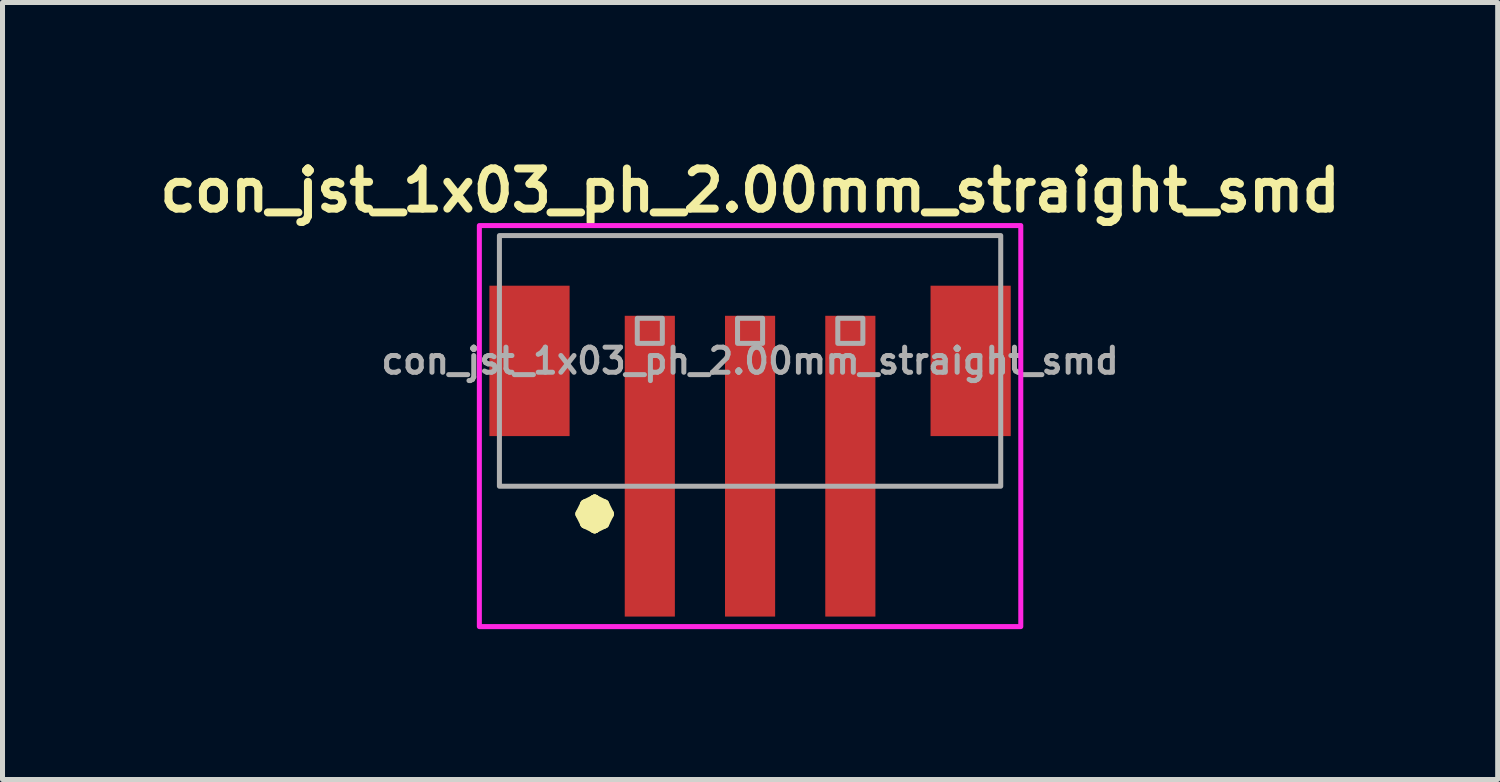
<source format=kicad_pcb>
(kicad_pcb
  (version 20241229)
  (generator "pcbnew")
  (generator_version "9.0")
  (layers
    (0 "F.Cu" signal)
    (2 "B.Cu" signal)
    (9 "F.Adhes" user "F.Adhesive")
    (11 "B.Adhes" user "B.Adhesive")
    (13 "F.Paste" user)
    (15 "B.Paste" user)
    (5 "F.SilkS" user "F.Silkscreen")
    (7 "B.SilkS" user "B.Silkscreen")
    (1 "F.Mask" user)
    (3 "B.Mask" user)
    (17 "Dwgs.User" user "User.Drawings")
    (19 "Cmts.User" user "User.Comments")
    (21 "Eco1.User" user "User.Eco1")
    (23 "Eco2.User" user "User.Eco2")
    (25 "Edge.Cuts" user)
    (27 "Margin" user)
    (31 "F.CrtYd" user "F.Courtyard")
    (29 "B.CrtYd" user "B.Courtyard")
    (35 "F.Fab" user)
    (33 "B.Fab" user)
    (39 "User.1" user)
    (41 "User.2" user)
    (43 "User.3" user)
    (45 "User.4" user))
  (footprint "con_jst_1x03_ph_2.00mm_straight_smd"
    (layer "F.Cu")
    (at 11.912 4.149)
    (property "Reference" "con_jst_1x03_ph_2.00mm_straight_smd" (at 0 -3.4 0) (layer "F.SilkS") (effects (font (size 0.8 0.8) (thickness 0.16))))
    (property "Pin_1_mark" "•" (at -3.1 2.9 0) (layer "F.SilkS") (effects (font (size 2 2) (thickness 0.2))))
    (attr smd)
    (fp_rect (start -5.4 -2.7) (end 5.4 5.3) (stroke (width 0.1) (type solid)) (fill no) (layer "F.CrtYd"))
    (fp_rect (start -5 -2.5) (end 5 2.5) (stroke (width 0.1) (type solid)) (fill no) (layer "F.Fab"))
    (fp_rect (start -2.25 -0.85) (end -1.75 -0.35) (stroke (width 0.1) (type default)) (fill no) (layer "F.Fab"))
    (fp_rect (start -0.25 -0.85) (end 0.25 -0.35) (stroke (width 0.1) (type default)) (fill no) (layer "F.Fab"))
    (fp_rect (start 1.75 -0.85) (end 2.25 -0.35) (stroke (width 0.1) (type default)) (fill no) (layer "F.Fab"))
    (fp_text user "${REFERENCE}" (at 0 0 0) (layer "F.Fab") (effects (font (size 0.5 0.5) (thickness 0.1) (bold yes))))
    (pad "" smd rect (at -4.4 0) (size 1.6 3) (layers "F.Cu" "F.Mask" "F.Paste"))
    (pad "" smd rect (at 4.4 0) (size 1.6 3) (layers "F.Cu" "F.Mask" "F.Paste"))
    (pad "1" smd rect (at -2 2.1) (size 1 6) (layers "F.Cu" "F.Mask" "F.Paste"))
    (pad "2" smd rect (at 0 2.1) (size 1 6) (layers "F.Cu" "F.Mask" "F.Paste"))
    (pad "3" smd rect (at 2 2.1) (size 1 6) (layers "F.Cu" "F.Mask" "F.Paste")))
  (gr_rect
    (start -3 -3)
    (end 26.825 12.499)
    (stroke (width 0.1) (type default))
    (fill no)
    (layer "Edge.Cuts")))
</source>
